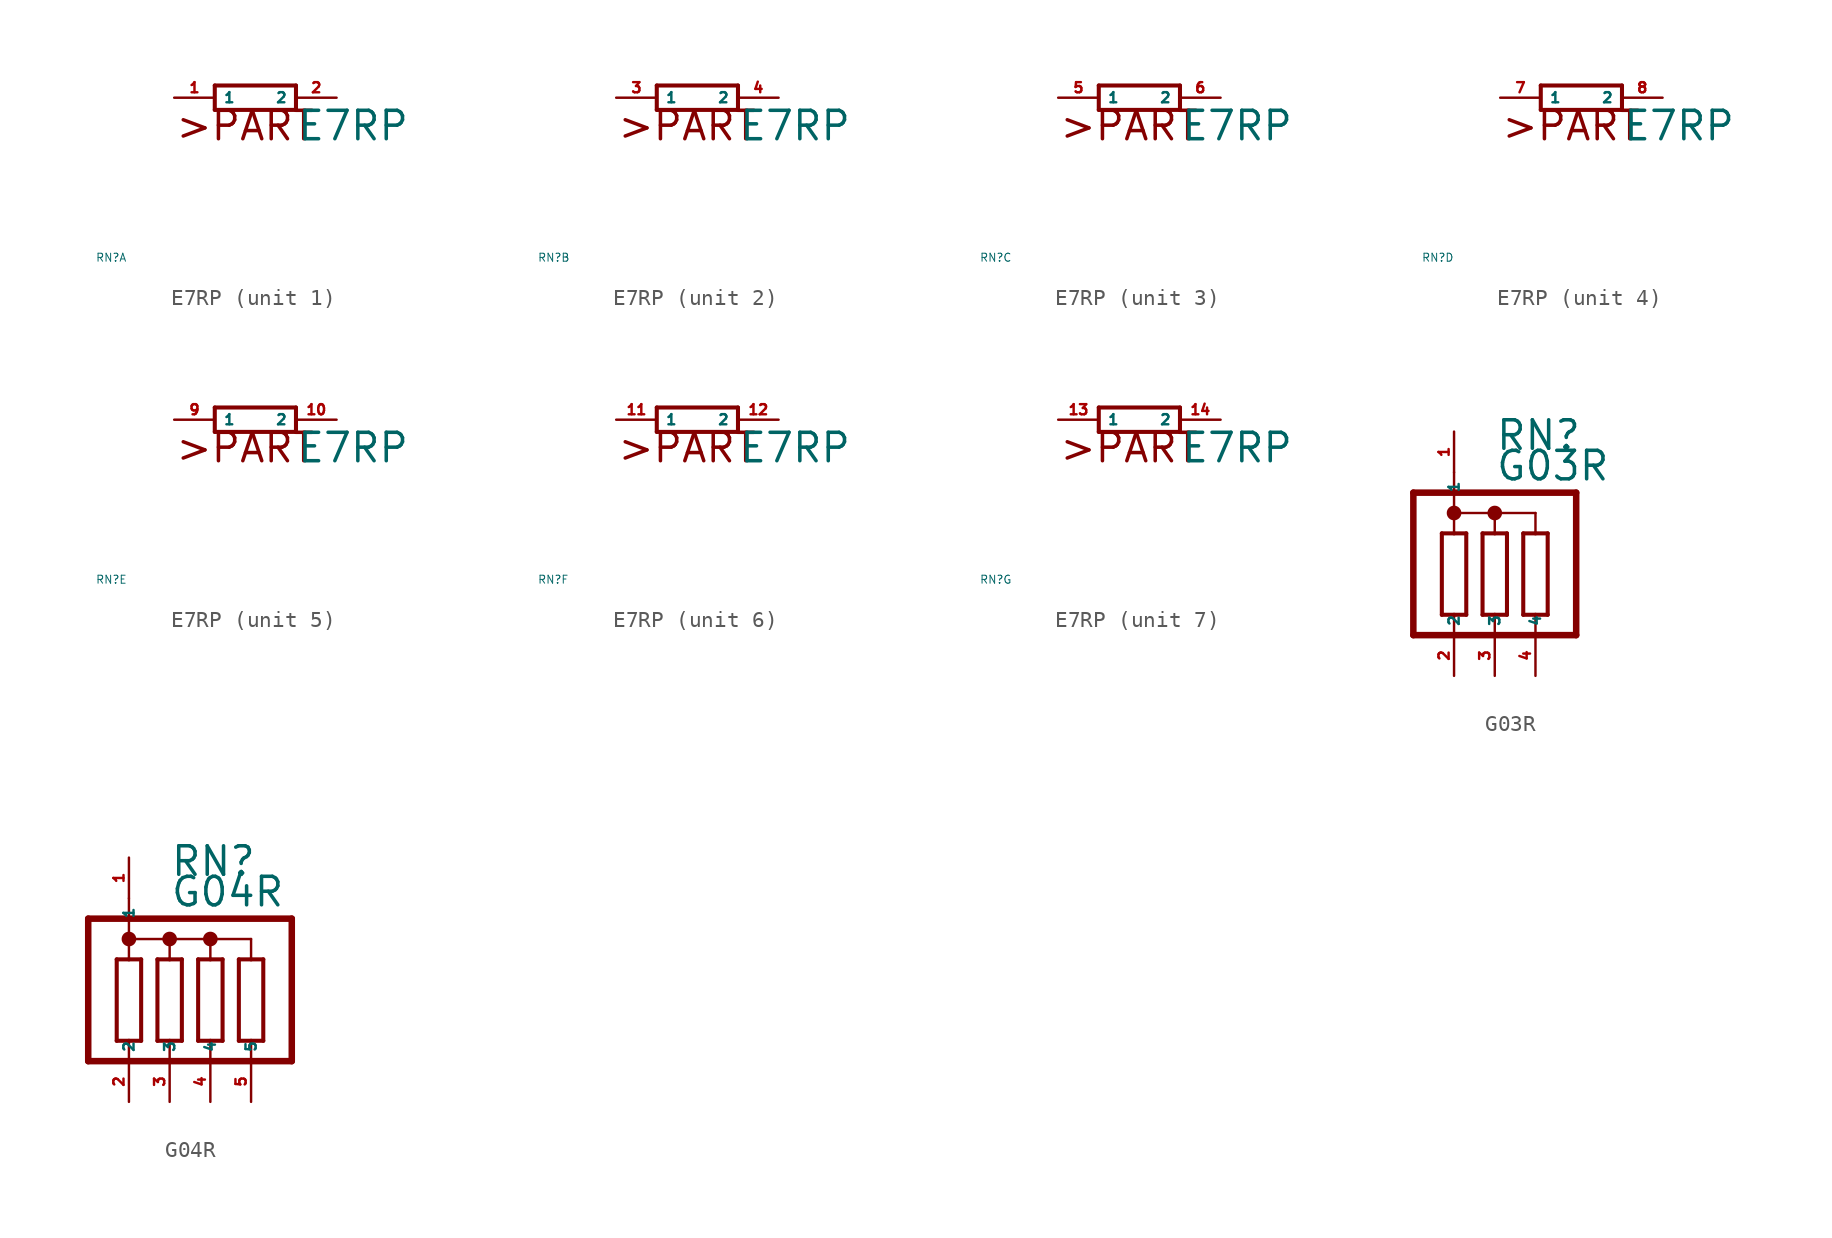
<source format=kicad_sym>
(kicad_symbol_lib
  (version 20220914)
  (generator Eagle2Kicad)
  (symbol "E7RP"
    (property "Reference" "RN"
      (at -10 -10 0)
      (effects (font (size 0.5 0.5) (thickness 0.06)) (justify left)))
    (property "Value" "E7RP"
      (at 2.54 -2.794 0)
      (effects (font (size 1.778 1.778) (thickness 0.22)) (justify left bottom)))
    (symbol "E7RP_1_0"
      (polyline (pts (xy -2.54 -0.762) (xy 2.54 -0.762)) (stroke (width 0.254) (type default)) (fill (type none)))
      (polyline (pts (xy 2.54 0.762) (xy -2.54 0.762)) (stroke (width 0.254) (type default)) (fill (type none)))
      (polyline (pts (xy 2.54 -0.762) (xy 2.54 0.762)) (stroke (width 0.254) (type default)) (fill (type none)))
      (polyline (pts (xy -2.54 0.762) (xy -2.54 -0.762)) (stroke (width 0.254) (type default)) (fill (type none)))
      (text ">PART" (at -5.08 -2.794 0) (effects (font (size 1.778 1.778) (thickness 0.22)) (justify left bottom)))
      (pin passive line (at -5.08 0 0) (length 2.54) (name "1" (effects (font (size 0.635 0.635) (thickness 0.08)) (justify left bottom))) (number "1" (effects (font (size 0.635 0.635) (thickness 0.08)) (justify left bottom))))
      (pin passive line (at 5.08 0 180) (length 2.54) (name "2" (effects (font (size 0.635 0.635) (thickness 0.08)) (justify left bottom))) (number "2" (effects (font (size 0.635 0.635) (thickness 0.08)) (justify left bottom)))))
    (symbol "E7RP_2_0"
      (polyline (pts (xy -2.54 -0.762) (xy 2.54 -0.762)) (stroke (width 0.254) (type default)) (fill (type none)))
      (polyline (pts (xy 2.54 0.762) (xy -2.54 0.762)) (stroke (width 0.254) (type default)) (fill (type none)))
      (polyline (pts (xy 2.54 -0.762) (xy 2.54 0.762)) (stroke (width 0.254) (type default)) (fill (type none)))
      (polyline (pts (xy -2.54 0.762) (xy -2.54 -0.762)) (stroke (width 0.254) (type default)) (fill (type none)))
      (text ">PART" (at -5.08 -2.794 0) (effects (font (size 1.778 1.778) (thickness 0.22)) (justify left bottom)))
      (pin passive line (at -5.08 0 0) (length 2.54) (name "1" (effects (font (size 0.635 0.635) (thickness 0.08)) (justify left bottom))) (number "3" (effects (font (size 0.635 0.635) (thickness 0.08)) (justify left bottom))))
      (pin passive line (at 5.08 0 180) (length 2.54) (name "2" (effects (font (size 0.635 0.635) (thickness 0.08)) (justify left bottom))) (number "4" (effects (font (size 0.635 0.635) (thickness 0.08)) (justify left bottom)))))
    (symbol "E7RP_3_0"
      (polyline (pts (xy -2.54 -0.762) (xy 2.54 -0.762)) (stroke (width 0.254) (type default)) (fill (type none)))
      (polyline (pts (xy 2.54 0.762) (xy -2.54 0.762)) (stroke (width 0.254) (type default)) (fill (type none)))
      (polyline (pts (xy 2.54 -0.762) (xy 2.54 0.762)) (stroke (width 0.254) (type default)) (fill (type none)))
      (polyline (pts (xy -2.54 0.762) (xy -2.54 -0.762)) (stroke (width 0.254) (type default)) (fill (type none)))
      (text ">PART" (at -5.08 -2.794 0) (effects (font (size 1.778 1.778) (thickness 0.22)) (justify left bottom)))
      (pin passive line (at -5.08 0 0) (length 2.54) (name "1" (effects (font (size 0.635 0.635) (thickness 0.08)) (justify left bottom))) (number "5" (effects (font (size 0.635 0.635) (thickness 0.08)) (justify left bottom))))
      (pin passive line (at 5.08 0 180) (length 2.54) (name "2" (effects (font (size 0.635 0.635) (thickness 0.08)) (justify left bottom))) (number "6" (effects (font (size 0.635 0.635) (thickness 0.08)) (justify left bottom)))))
    (symbol "E7RP_4_0"
      (polyline (pts (xy -2.54 -0.762) (xy 2.54 -0.762)) (stroke (width 0.254) (type default)) (fill (type none)))
      (polyline (pts (xy 2.54 0.762) (xy -2.54 0.762)) (stroke (width 0.254) (type default)) (fill (type none)))
      (polyline (pts (xy 2.54 -0.762) (xy 2.54 0.762)) (stroke (width 0.254) (type default)) (fill (type none)))
      (polyline (pts (xy -2.54 0.762) (xy -2.54 -0.762)) (stroke (width 0.254) (type default)) (fill (type none)))
      (text ">PART" (at -5.08 -2.794 0) (effects (font (size 1.778 1.778) (thickness 0.22)) (justify left bottom)))
      (pin passive line (at -5.08 0 0) (length 2.54) (name "1" (effects (font (size 0.635 0.635) (thickness 0.08)) (justify left bottom))) (number "7" (effects (font (size 0.635 0.635) (thickness 0.08)) (justify left bottom))))
      (pin passive line (at 5.08 0 180) (length 2.54) (name "2" (effects (font (size 0.635 0.635) (thickness 0.08)) (justify left bottom))) (number "8" (effects (font (size 0.635 0.635) (thickness 0.08)) (justify left bottom)))))
    (symbol "E7RP_5_0"
      (polyline (pts (xy -2.54 -0.762) (xy 2.54 -0.762)) (stroke (width 0.254) (type default)) (fill (type none)))
      (polyline (pts (xy 2.54 0.762) (xy -2.54 0.762)) (stroke (width 0.254) (type default)) (fill (type none)))
      (polyline (pts (xy 2.54 -0.762) (xy 2.54 0.762)) (stroke (width 0.254) (type default)) (fill (type none)))
      (polyline (pts (xy -2.54 0.762) (xy -2.54 -0.762)) (stroke (width 0.254) (type default)) (fill (type none)))
      (text ">PART" (at -5.08 -2.794 0) (effects (font (size 1.778 1.778) (thickness 0.22)) (justify left bottom)))
      (pin passive line (at -5.08 0 0) (length 2.54) (name "1" (effects (font (size 0.635 0.635) (thickness 0.08)) (justify left bottom))) (number "9" (effects (font (size 0.635 0.635) (thickness 0.08)) (justify left bottom))))
      (pin passive line (at 5.08 0 180) (length 2.54) (name "2" (effects (font (size 0.635 0.635) (thickness 0.08)) (justify left bottom))) (number "10" (effects (font (size 0.635 0.635) (thickness 0.08)) (justify left bottom)))))
    (symbol "E7RP_6_0"
      (polyline (pts (xy -2.54 -0.762) (xy 2.54 -0.762)) (stroke (width 0.254) (type default)) (fill (type none)))
      (polyline (pts (xy 2.54 0.762) (xy -2.54 0.762)) (stroke (width 0.254) (type default)) (fill (type none)))
      (polyline (pts (xy 2.54 -0.762) (xy 2.54 0.762)) (stroke (width 0.254) (type default)) (fill (type none)))
      (polyline (pts (xy -2.54 0.762) (xy -2.54 -0.762)) (stroke (width 0.254) (type default)) (fill (type none)))
      (text ">PART" (at -5.08 -2.794 0) (effects (font (size 1.778 1.778) (thickness 0.22)) (justify left bottom)))
      (pin passive line (at -5.08 0 0) (length 2.54) (name "1" (effects (font (size 0.635 0.635) (thickness 0.08)) (justify left bottom))) (number "11" (effects (font (size 0.635 0.635) (thickness 0.08)) (justify left bottom))))
      (pin passive line (at 5.08 0 180) (length 2.54) (name "2" (effects (font (size 0.635 0.635) (thickness 0.08)) (justify left bottom))) (number "12" (effects (font (size 0.635 0.635) (thickness 0.08)) (justify left bottom)))))
    (symbol "E7RP_7_0"
      (polyline (pts (xy -2.54 -0.762) (xy 2.54 -0.762)) (stroke (width 0.254) (type default)) (fill (type none)))
      (polyline (pts (xy 2.54 0.762) (xy -2.54 0.762)) (stroke (width 0.254) (type default)) (fill (type none)))
      (polyline (pts (xy 2.54 -0.762) (xy 2.54 0.762)) (stroke (width 0.254) (type default)) (fill (type none)))
      (polyline (pts (xy -2.54 0.762) (xy -2.54 -0.762)) (stroke (width 0.254) (type default)) (fill (type none)))
      (text ">PART" (at -5.08 -2.794 0) (effects (font (size 1.778 1.778) (thickness 0.22)) (justify left bottom)))
      (pin passive line (at -5.08 0 0) (length 2.54) (name "1" (effects (font (size 0.635 0.635) (thickness 0.08)) (justify left bottom))) (number "13" (effects (font (size 0.635 0.635) (thickness 0.08)) (justify left bottom))))
      (pin passive line (at 5.08 0 180) (length 2.54) (name "2" (effects (font (size 0.635 0.635) (thickness 0.08)) (justify left bottom))) (number "14" (effects (font (size 0.635 0.635) (thickness 0.08)) (justify left bottom))))))
  (symbol "G03R"
    (property "Reference" "RN"
      (at 0 8.89 0)
      (effects (font (size 1.778 1.778) (thickness 0.22)) (justify left bottom)))
    (property "Value" "G03R"
      (at 0 6.985 0)
      (effects (font (size 1.778 1.778) (thickness 0.22)) (justify left bottom)))
    (polyline
      (pts (xy -1.778 -1.27) (xy -1.778 3.81))
      (stroke (width 0.254) (type default))
      (fill (type none)))
    (polyline
      (pts (xy -3.302 3.81) (xy -3.302 -1.27))
      (stroke (width 0.254) (type default))
      (fill (type none)))
    (polyline
      (pts (xy -1.778 3.81) (xy -2.54 3.81))
      (stroke (width 0.254) (type default))
      (fill (type none)))
    (polyline
      (pts (xy -3.302 -1.27) (xy -2.54 -1.27))
      (stroke (width 0.254) (type default))
      (fill (type none)))
    (polyline
      (pts (xy -2.54 -1.27) (xy -2.54 -2.54))
      (stroke (width 0.152) (type default))
      (fill (type none)))
    (polyline
      (pts (xy -2.54 -1.27) (xy -1.778 -1.27))
      (stroke (width 0.254) (type default))
      (fill (type none)))
    (polyline
      (pts (xy -2.54 5.08) (xy -2.54 3.81))
      (stroke (width 0.152) (type default))
      (fill (type none)))
    (polyline
      (pts (xy -2.54 3.81) (xy -3.302 3.81))
      (stroke (width 0.254) (type default))
      (fill (type none)))
    (polyline
      (pts (xy -2.54 5.08) (xy 0 5.08))
      (stroke (width 0.152) (type default))
      (fill (type none)))
    (polyline
      (pts (xy 0 5.08) (xy 0 3.81))
      (stroke (width 0.152) (type default))
      (fill (type none)))
    (polyline
      (pts (xy 0 5.08) (xy 2.54 5.08))
      (stroke (width 0.152) (type default))
      (fill (type none)))
    (polyline
      (pts (xy 2.54 5.08) (xy 2.54 3.81))
      (stroke (width 0.152) (type default))
      (fill (type none)))
    (polyline
      (pts (xy 2.54 -2.54) (xy 2.54 -1.27))
      (stroke (width 0.152) (type default))
      (fill (type none)))
    (polyline
      (pts (xy 0 -2.54) (xy 0 -1.27))
      (stroke (width 0.152) (type default))
      (fill (type none)))
    (polyline
      (pts (xy 0 -1.27) (xy 0.762 -1.27))
      (stroke (width 0.254) (type default))
      (fill (type none)))
    (polyline
      (pts (xy -0.762 -1.27) (xy 0 -1.27))
      (stroke (width 0.254) (type default))
      (fill (type none)))
    (polyline
      (pts (xy 0.762 3.81) (xy 0 3.81))
      (stroke (width 0.254) (type default))
      (fill (type none)))
    (polyline
      (pts (xy 0 3.81) (xy -0.762 3.81))
      (stroke (width 0.254) (type default))
      (fill (type none)))
    (polyline
      (pts (xy 0.762 -1.27) (xy 0.762 3.81))
      (stroke (width 0.254) (type default))
      (fill (type none)))
    (polyline
      (pts (xy -0.762 3.81) (xy -0.762 -1.27))
      (stroke (width 0.254) (type default))
      (fill (type none)))
    (polyline
      (pts (xy 3.302 -1.27) (xy 3.302 3.81))
      (stroke (width 0.254) (type default))
      (fill (type none)))
    (polyline
      (pts (xy 1.778 3.81) (xy 1.778 -1.27))
      (stroke (width 0.254) (type default))
      (fill (type none)))
    (polyline
      (pts (xy 3.302 3.81) (xy 2.54 3.81))
      (stroke (width 0.254) (type default))
      (fill (type none)))
    (polyline
      (pts (xy 2.54 3.81) (xy 1.778 3.81))
      (stroke (width 0.254) (type default))
      (fill (type none)))
    (polyline
      (pts (xy 2.54 -1.27) (xy 3.302 -1.27))
      (stroke (width 0.254) (type default))
      (fill (type none)))
    (polyline
      (pts (xy 1.778 -1.27) (xy 2.54 -1.27))
      (stroke (width 0.254) (type default))
      (fill (type none)))
    (polyline
      (pts (xy -5.08 -2.54) (xy -5.08 6.35))
      (stroke (width 0.406) (type default))
      (fill (type none)))
    (polyline
      (pts (xy -5.08 6.35) (xy 5.08 6.35))
      (stroke (width 0.406) (type default))
      (fill (type none)))
    (polyline
      (pts (xy 5.08 6.35) (xy 5.08 -2.54))
      (stroke (width 0.406) (type default))
      (fill (type none)))
    (polyline
      (pts (xy -5.08 -2.54) (xy 5.08 -2.54))
      (stroke (width 0.406) (type default))
      (fill (type none)))
    (polyline
      (pts (xy -2.54 5.08) (xy -2.54 7.62))
      (stroke (width 0.152) (type default))
      (fill (type none)))
    (circle
      (center 0 5.08)
      (radius 0.254)
      (stroke (width 0.406) (type default))
      (fill (type none)))
    (circle
      (center -2.54 5.08)
      (radius 0.254)
      (stroke (width 0.406) (type default))
      (fill (type none)))
    (pin passive line
      (at -2.54 10.16 270)
      (length 2.54)
      (name "1" (effects (font (size 0.635 0.635) (thickness 0.08)) (justify left bottom)))
      (number "1" (effects (font (size 0.635 0.635) (thickness 0.08)) (justify left bottom))))
    (pin passive line
      (at -2.54 -5.08 90)
      (length 2.54)
      (name "2" (effects (font (size 0.635 0.635) (thickness 0.08)) (justify left bottom)))
      (number "2" (effects (font (size 0.635 0.635) (thickness 0.08)) (justify left bottom))))
    (pin passive line
      (at 0 -5.08 90)
      (length 2.54)
      (name "3" (effects (font (size 0.635 0.635) (thickness 0.08)) (justify left bottom)))
      (number "3" (effects (font (size 0.635 0.635) (thickness 0.08)) (justify left bottom))))
    (pin passive line
      (at 2.54 -5.08 90)
      (length 2.54)
      (name "4" (effects (font (size 0.635 0.635) (thickness 0.08)) (justify left bottom)))
      (number "4" (effects (font (size 0.635 0.635) (thickness 0.08)) (justify left bottom)))))
  (symbol "G04R"
    (property "Reference" "RN"
      (at 0 8.89 0)
      (effects (font (size 1.778 1.778) (thickness 0.22)) (justify left bottom)))
    (property "Value" "G04R"
      (at 0 6.985 0)
      (effects (font (size 1.778 1.778) (thickness 0.22)) (justify left bottom)))
    (polyline
      (pts (xy -1.778 -1.27) (xy -1.778 3.81))
      (stroke (width 0.254) (type default))
      (fill (type none)))
    (polyline
      (pts (xy -3.302 3.81) (xy -3.302 -1.27))
      (stroke (width 0.254) (type default))
      (fill (type none)))
    (polyline
      (pts (xy -1.778 3.81) (xy -2.54 3.81))
      (stroke (width 0.254) (type default))
      (fill (type none)))
    (polyline
      (pts (xy -3.302 -1.27) (xy -2.54 -1.27))
      (stroke (width 0.254) (type default))
      (fill (type none)))
    (polyline
      (pts (xy -2.54 -1.27) (xy -2.54 -2.54))
      (stroke (width 0.152) (type default))
      (fill (type none)))
    (polyline
      (pts (xy -2.54 -1.27) (xy -1.778 -1.27))
      (stroke (width 0.254) (type default))
      (fill (type none)))
    (polyline
      (pts (xy -2.54 5.08) (xy -2.54 3.81))
      (stroke (width 0.152) (type default))
      (fill (type none)))
    (polyline
      (pts (xy -2.54 3.81) (xy -3.302 3.81))
      (stroke (width 0.254) (type default))
      (fill (type none)))
    (polyline
      (pts (xy -2.54 5.08) (xy 0 5.08))
      (stroke (width 0.152) (type default))
      (fill (type none)))
    (polyline
      (pts (xy 0 5.08) (xy 0 3.81))
      (stroke (width 0.152) (type default))
      (fill (type none)))
    (polyline
      (pts (xy 0 5.08) (xy 2.54 5.08))
      (stroke (width 0.152) (type default))
      (fill (type none)))
    (polyline
      (pts (xy 2.54 5.08) (xy 2.54 3.81))
      (stroke (width 0.152) (type default))
      (fill (type none)))
    (polyline
      (pts (xy 2.54 5.08) (xy 5.08 5.08))
      (stroke (width 0.152) (type default))
      (fill (type none)))
    (polyline
      (pts (xy 5.08 5.08) (xy 5.08 3.81))
      (stroke (width 0.152) (type default))
      (fill (type none)))
    (polyline
      (pts (xy 5.08 -2.54) (xy 5.08 -1.27))
      (stroke (width 0.152) (type default))
      (fill (type none)))
    (polyline
      (pts (xy 2.54 -2.54) (xy 2.54 -1.27))
      (stroke (width 0.152) (type default))
      (fill (type none)))
    (polyline
      (pts (xy 0 -2.54) (xy 0 -1.27))
      (stroke (width 0.152) (type default))
      (fill (type none)))
    (polyline
      (pts (xy 0 -1.27) (xy 0.762 -1.27))
      (stroke (width 0.254) (type default))
      (fill (type none)))
    (polyline
      (pts (xy -0.762 -1.27) (xy 0 -1.27))
      (stroke (width 0.254) (type default))
      (fill (type none)))
    (polyline
      (pts (xy 0.762 3.81) (xy 0 3.81))
      (stroke (width 0.254) (type default))
      (fill (type none)))
    (polyline
      (pts (xy 0 3.81) (xy -0.762 3.81))
      (stroke (width 0.254) (type default))
      (fill (type none)))
    (polyline
      (pts (xy 0.762 -1.27) (xy 0.762 3.81))
      (stroke (width 0.254) (type default))
      (fill (type none)))
    (polyline
      (pts (xy -0.762 3.81) (xy -0.762 -1.27))
      (stroke (width 0.254) (type default))
      (fill (type none)))
    (polyline
      (pts (xy 3.302 -1.27) (xy 3.302 3.81))
      (stroke (width 0.254) (type default))
      (fill (type none)))
    (polyline
      (pts (xy 5.842 -1.27) (xy 5.842 3.81))
      (stroke (width 0.254) (type default))
      (fill (type none)))
    (polyline
      (pts (xy 1.778 3.81) (xy 1.778 -1.27))
      (stroke (width 0.254) (type default))
      (fill (type none)))
    (polyline
      (pts (xy 4.318 3.81) (xy 4.318 -1.27))
      (stroke (width 0.254) (type default))
      (fill (type none)))
    (polyline
      (pts (xy 3.302 3.81) (xy 2.54 3.81))
      (stroke (width 0.254) (type default))
      (fill (type none)))
    (polyline
      (pts (xy 5.842 3.81) (xy 5.08 3.81))
      (stroke (width 0.254) (type default))
      (fill (type none)))
    (polyline
      (pts (xy 2.54 3.81) (xy 1.778 3.81))
      (stroke (width 0.254) (type default))
      (fill (type none)))
    (polyline
      (pts (xy 5.08 3.81) (xy 4.318 3.81))
      (stroke (width 0.254) (type default))
      (fill (type none)))
    (polyline
      (pts (xy 2.54 -1.27) (xy 3.302 -1.27))
      (stroke (width 0.254) (type default))
      (fill (type none)))
    (polyline
      (pts (xy 5.08 -1.27) (xy 5.842 -1.27))
      (stroke (width 0.254) (type default))
      (fill (type none)))
    (polyline
      (pts (xy 1.778 -1.27) (xy 2.54 -1.27))
      (stroke (width 0.254) (type default))
      (fill (type none)))
    (polyline
      (pts (xy 4.318 -1.27) (xy 5.08 -1.27))
      (stroke (width 0.254) (type default))
      (fill (type none)))
    (polyline
      (pts (xy -5.08 -2.54) (xy -5.08 6.35))
      (stroke (width 0.406) (type default))
      (fill (type none)))
    (polyline
      (pts (xy -5.08 6.35) (xy 7.62 6.35))
      (stroke (width 0.406) (type default))
      (fill (type none)))
    (polyline
      (pts (xy 7.62 6.35) (xy 7.62 -2.54))
      (stroke (width 0.406) (type default))
      (fill (type none)))
    (polyline
      (pts (xy -5.08 -2.54) (xy 7.62 -2.54))
      (stroke (width 0.406) (type default))
      (fill (type none)))
    (polyline
      (pts (xy -2.54 5.08) (xy -2.54 7.62))
      (stroke (width 0.152) (type default))
      (fill (type none)))
    (circle
      (center 2.54 5.08)
      (radius 0.254)
      (stroke (width 0.406) (type default))
      (fill (type none)))
    (circle
      (center 0 5.08)
      (radius 0.254)
      (stroke (width 0.406) (type default))
      (fill (type none)))
    (circle
      (center -2.54 5.08)
      (radius 0.254)
      (stroke (width 0.406) (type default))
      (fill (type none)))
    (pin passive line
      (at -2.54 10.16 270)
      (length 2.54)
      (name "1" (effects (font (size 0.635 0.635) (thickness 0.08)) (justify left bottom)))
      (number "1" (effects (font (size 0.635 0.635) (thickness 0.08)) (justify left bottom))))
    (pin passive line
      (at -2.54 -5.08 90)
      (length 2.54)
      (name "2" (effects (font (size 0.635 0.635) (thickness 0.08)) (justify left bottom)))
      (number "2" (effects (font (size 0.635 0.635) (thickness 0.08)) (justify left bottom))))
    (pin passive line
      (at 0 -5.08 90)
      (length 2.54)
      (name "3" (effects (font (size 0.635 0.635) (thickness 0.08)) (justify left bottom)))
      (number "3" (effects (font (size 0.635 0.635) (thickness 0.08)) (justify left bottom))))
    (pin passive line
      (at 2.54 -5.08 90)
      (length 2.54)
      (name "4" (effects (font (size 0.635 0.635) (thickness 0.08)) (justify left bottom)))
      (number "4" (effects (font (size 0.635 0.635) (thickness 0.08)) (justify left bottom))))
    (pin passive line
      (at 5.08 -5.08 90)
      (length 2.54)
      (name "5" (effects (font (size 0.635 0.635) (thickness 0.08)) (justify left bottom)))
      (number "5" (effects (font (size 0.635 0.635) (thickness 0.08)) (justify left bottom))))))
</source>
